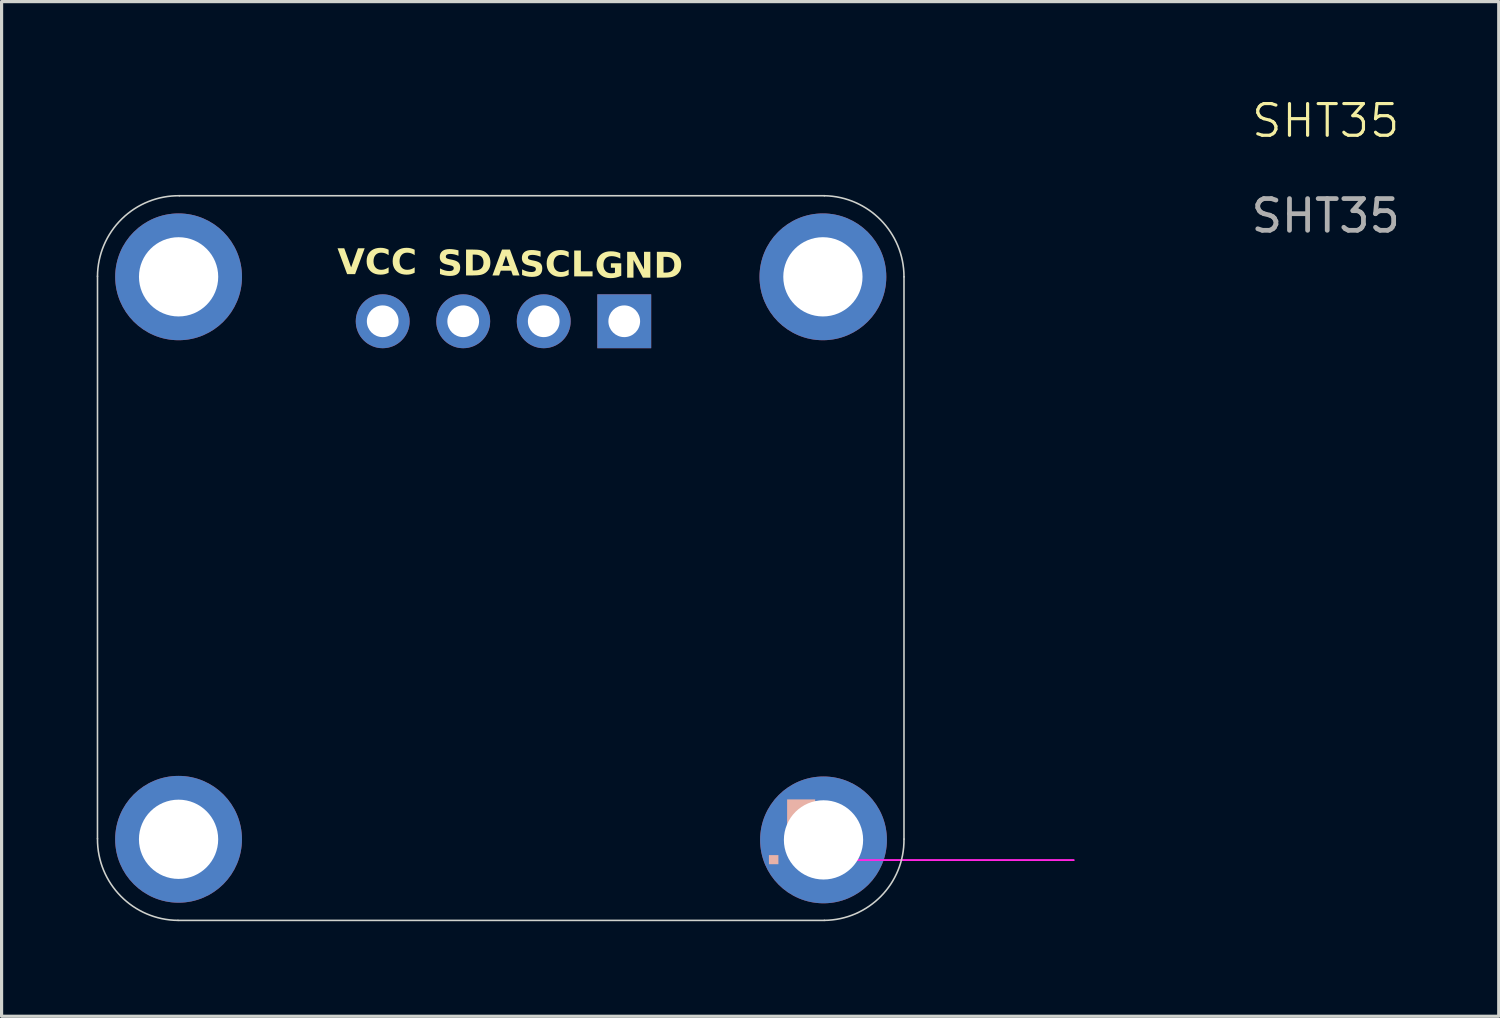
<source format=kicad_pcb>
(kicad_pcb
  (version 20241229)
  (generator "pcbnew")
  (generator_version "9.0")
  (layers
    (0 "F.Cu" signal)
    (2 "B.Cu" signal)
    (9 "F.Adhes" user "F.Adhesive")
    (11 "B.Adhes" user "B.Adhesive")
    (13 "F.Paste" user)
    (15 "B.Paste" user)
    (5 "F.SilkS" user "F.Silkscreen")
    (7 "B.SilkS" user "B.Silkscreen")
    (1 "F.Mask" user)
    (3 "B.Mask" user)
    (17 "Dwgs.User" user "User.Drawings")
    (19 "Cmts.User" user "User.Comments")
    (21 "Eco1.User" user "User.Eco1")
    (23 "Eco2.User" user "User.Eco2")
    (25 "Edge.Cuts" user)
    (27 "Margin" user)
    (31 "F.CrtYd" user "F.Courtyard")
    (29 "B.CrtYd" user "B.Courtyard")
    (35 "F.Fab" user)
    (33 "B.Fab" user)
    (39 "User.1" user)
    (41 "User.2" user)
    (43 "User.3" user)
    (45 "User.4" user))
  (footprint "SHT35"
    (layer "F.Cu")
    (at 15.372 16.86)
    (property "Reference" "SHT35" (at 23.4 -16.1 0) (unlocked yes) (layer "F.SilkS") (effects (font (size 1 1) (thickness 0.1))))
    (attr smd)
    (fp_poly (pts (xy 6.134 7.21) (xy 6.134 7.066) (xy 5.985 7.066) (xy 5.835 7.066) (xy 5.835 7.21) (xy 5.835 7.353) (xy 5.985 7.353) (xy 6.134 7.353)) (stroke (width 0) (type solid)) (fill yes) (layer "B.SilkS"))
    (fp_poly (pts (xy 7.294 5.751) (xy 7.294 5.309) (xy 6.851 5.309) (xy 6.409 5.309) (xy 6.409 5.751) (xy 6.409 6.194) (xy 6.851 6.194) (xy 7.294 6.194)) (stroke (width 0) (type solid)) (fill yes) (layer "B.SilkS"))
    (fp_line (start -15.347 6.55) (end -15.346 -11.195) (stroke (width 0.05) (type default)) (layer "Edge.Cuts"))
    (fp_line (start -12.762 -13.735) (end 7.584 -13.735) (stroke (width 0.05) (type default)) (layer "Edge.Cuts"))
    (fp_line (start 7.583 9.125) (end -12.806 9.125) (stroke (width 0.05) (type default)) (layer "Edge.Cuts"))
    (fp_line (start 10.096 6.56) (end 10.096 -11.177) (stroke (width 0.05) (type default)) (layer "Edge.Cuts"))
    (fp_arc (start -15.346491 -11.195216) (mid -14.581414 -13.00164) (end -12.761931 -13.735152) (stroke (width 0.05) (type default)) (layer "Edge.Cuts"))
    (fp_arc (start -12.806377 9.124587) (mid -14.609536 8.363345) (end -15.34675 6.55021) (stroke (width 0.05) (type default)) (layer "Edge.Cuts"))
    (fp_arc (start 7.58402 -13.735152) (mid 9.362997 -12.969875) (end 10.096018 -11.177343) (stroke (width 0.05) (type default)) (layer "Edge.Cuts"))
    (fp_arc (start 10.096018 6.560366) (mid 9.370659 8.362877) (end 7.583179 9.124587) (stroke (width 0.05) (type default)) (layer "Edge.Cuts"))
    (fp_line (start 15.45 7.225) (end 8.15 7.225) (stroke (width 0.05) (type solid)) (layer "F.CrtYd"))
    (fp_line (start 15.45 7.225) (end 8.15 7.225) (stroke (width 0.05) (type solid)) (layer "F.CrtYd"))
    (fp_text user "SDA" (at -4.629 -11.085 0) (unlocked yes) (layer "F.SilkS") (effects (font (face "Lexend") (size 0.8 0.8) (thickness 0.175) (bold yes)) (justify left bottom)))
    (fp_text user "GND" (at 0.341 -11.015 0) (unlocked yes) (layer "F.SilkS") (effects (font (face "Lexend") (size 0.8 0.8) (thickness 0.16) (bold yes)) (justify left bottom)))
    (fp_text user "SCL" (at -2.039 -11.055 0) (unlocked yes) (layer "F.SilkS") (effects (font (face "Lexend") (size 0.8 0.8) (thickness 0.175) (bold yes)) (justify left bottom)))
    (fp_text user "VCC\n" (at -5.269 -11.125 0) (unlocked yes) (layer "F.SilkS") (effects (font (face "Lexend") (size 0.8 0.8) (thickness 0.16) (bold yes)) (justify right bottom)))
    (fp_text user "${REFERENCE}" (at 23.4 -13.1 0) (unlocked yes) (layer "F.Fab") (effects (font (size 1 1) (thickness 0.15))))
    (pad "1" thru_hole circle (at -12.789 6.567) (size 4 4) (drill 2.5) (layers "*.Cu" "*.Mask") (remove_unused_layers yes) (keep_end_layers yes) (zone_layer_connections))
    (pad "1" thru_hole circle (at -12.788 -11.177) (size 4 4) (drill 2.5) (layers "*.Cu" "*.Mask") (remove_unused_layers yes) (keep_end_layers yes) (zone_layer_connections))
    (pad "1" thru_hole rect (at 1.271 -9.775 90) (size 1.7 1.7) (drill 1) (layers "*.Cu" "*.Mask"))
    (pad "1" thru_hole circle (at 7.538 -11.177) (size 4 4) (drill 2.5) (layers "*.Cu" "*.Mask") (remove_unused_layers yes) (keep_end_layers yes) (zone_layer_connections))
    (pad "1" thru_hole circle (at 7.557 6.586) (size 4 4) (drill 2.5) (layers "*.Cu" "*.Mask") (remove_unused_layers yes) (keep_end_layers yes) (zone_layer_connections))
    (pad "2" thru_hole circle (at -1.269 -9.775 90) (size 1.7 1.7) (drill 1) (layers "*.Cu" "*.Mask"))
    (pad "3" thru_hole circle (at -3.809 -9.775 90) (size 1.7 1.7) (drill 1) (layers "*.Cu" "*.Mask"))
    (pad "4" thru_hole circle (at -6.349 -9.775 90) (size 1.7 1.7) (drill 1) (layers "*.Cu" "*.Mask")))
  (gr_rect
    (start -3 -3)
    (end 44.23 29.01)
    (stroke (width 0.1) (type default))
    (fill no)
    (layer "Edge.Cuts")))
</source>
